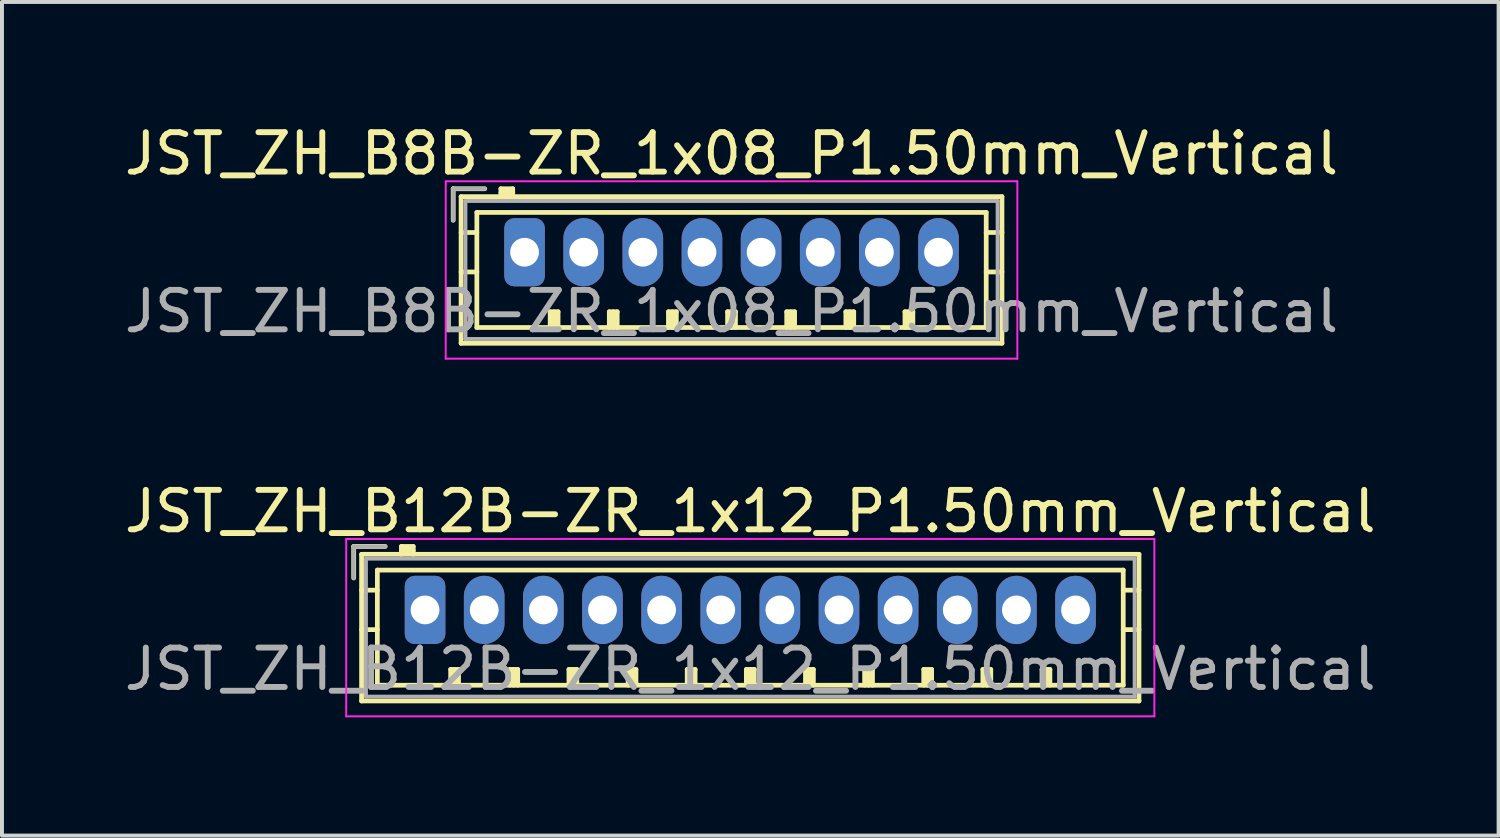
<source format=kicad_pcb>
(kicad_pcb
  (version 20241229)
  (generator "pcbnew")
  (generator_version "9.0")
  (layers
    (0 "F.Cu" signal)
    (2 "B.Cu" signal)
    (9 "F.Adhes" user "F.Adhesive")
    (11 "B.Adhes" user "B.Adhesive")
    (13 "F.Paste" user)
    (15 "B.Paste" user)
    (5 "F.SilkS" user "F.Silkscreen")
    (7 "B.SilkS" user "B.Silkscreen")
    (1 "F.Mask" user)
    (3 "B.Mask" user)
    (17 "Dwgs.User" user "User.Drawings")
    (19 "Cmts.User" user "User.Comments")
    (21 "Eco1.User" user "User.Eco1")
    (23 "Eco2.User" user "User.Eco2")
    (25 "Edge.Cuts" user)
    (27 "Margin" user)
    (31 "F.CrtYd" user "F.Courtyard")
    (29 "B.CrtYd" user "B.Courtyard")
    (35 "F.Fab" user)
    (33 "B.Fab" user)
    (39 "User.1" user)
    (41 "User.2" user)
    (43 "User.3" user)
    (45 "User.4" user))
  (footprint "JST_ZH_B8B-ZR_1x08_P1.50mm_Vertical"
    (layer "F.Cu")
    (at 10.256 3.348)
    (property "Reference" "JST_ZH_B8B-ZR_1x08_P1.50mm_Vertical" (at 5.25 -2.5 0) (layer "F.SilkS") (effects (font (size 1 1) (thickness 0.15))))
    (attr through_hole)
    (fp_line (start -1.81 -1.61) (end -1.81 -0.81) (stroke (width 0.12) (type solid)) (layer "F.SilkS"))
    (fp_line (start -1.61 -1.41) (end -1.61 2.31) (stroke (width 0.12) (type solid)) (layer "F.SilkS"))
    (fp_line (start -1.61 -0.5) (end -1.21 -0.5) (stroke (width 0.12) (type solid)) (layer "F.SilkS"))
    (fp_line (start -1.61 0.5) (end -1.21 0.5) (stroke (width 0.12) (type solid)) (layer "F.SilkS"))
    (fp_line (start -1.61 2.31) (end 12.11 2.31) (stroke (width 0.12) (type solid)) (layer "F.SilkS"))
    (fp_line (start -1.21 -1.01) (end -1.21 1.91) (stroke (width 0.12) (type solid)) (layer "F.SilkS"))
    (fp_line (start -1.21 1.91) (end 11.71 1.91) (stroke (width 0.12) (type solid)) (layer "F.SilkS"))
    (fp_line (start -1.01 -1.61) (end -1.81 -1.61) (stroke (width 0.12) (type solid)) (layer "F.SilkS"))
    (fp_line (start -0.6 -1.61) (end -0.6 -1.41) (stroke (width 0.12) (type solid)) (layer "F.SilkS"))
    (fp_line (start -0.3 -1.61) (end -0.6 -1.61) (stroke (width 0.12) (type solid)) (layer "F.SilkS"))
    (fp_line (start -0.3 -1.51) (end -0.6 -1.51) (stroke (width 0.12) (type solid)) (layer "F.SilkS"))
    (fp_line (start -0.3 -1.41) (end -0.3 -1.61) (stroke (width 0.12) (type solid)) (layer "F.SilkS"))
    (fp_line (start 0.65 1.51) (end 0.85 1.51) (stroke (width 0.12) (type solid)) (layer "F.SilkS"))
    (fp_line (start 0.65 1.91) (end 0.65 1.51) (stroke (width 0.12) (type solid)) (layer "F.SilkS"))
    (fp_line (start 0.75 1.91) (end 0.75 1.51) (stroke (width 0.12) (type solid)) (layer "F.SilkS"))
    (fp_line (start 0.85 1.51) (end 0.85 1.91) (stroke (width 0.12) (type solid)) (layer "F.SilkS"))
    (fp_line (start 2.15 1.51) (end 2.35 1.51) (stroke (width 0.12) (type solid)) (layer "F.SilkS"))
    (fp_line (start 2.15 1.91) (end 2.15 1.51) (stroke (width 0.12) (type solid)) (layer "F.SilkS"))
    (fp_line (start 2.25 1.91) (end 2.25 1.51) (stroke (width 0.12) (type solid)) (layer "F.SilkS"))
    (fp_line (start 2.35 1.51) (end 2.35 1.91) (stroke (width 0.12) (type solid)) (layer "F.SilkS"))
    (fp_line (start 3.65 1.51) (end 3.85 1.51) (stroke (width 0.12) (type solid)) (layer "F.SilkS"))
    (fp_line (start 3.65 1.91) (end 3.65 1.51) (stroke (width 0.12) (type solid)) (layer "F.SilkS"))
    (fp_line (start 3.75 1.91) (end 3.75 1.51) (stroke (width 0.12) (type solid)) (layer "F.SilkS"))
    (fp_line (start 3.85 1.51) (end 3.85 1.91) (stroke (width 0.12) (type solid)) (layer "F.SilkS"))
    (fp_line (start 5.15 1.51) (end 5.35 1.51) (stroke (width 0.12) (type solid)) (layer "F.SilkS"))
    (fp_line (start 5.15 1.91) (end 5.15 1.51) (stroke (width 0.12) (type solid)) (layer "F.SilkS"))
    (fp_line (start 5.25 1.91) (end 5.25 1.51) (stroke (width 0.12) (type solid)) (layer "F.SilkS"))
    (fp_line (start 5.35 1.51) (end 5.35 1.91) (stroke (width 0.12) (type solid)) (layer "F.SilkS"))
    (fp_line (start 6.65 1.51) (end 6.85 1.51) (stroke (width 0.12) (type solid)) (layer "F.SilkS"))
    (fp_line (start 6.65 1.91) (end 6.65 1.51) (stroke (width 0.12) (type solid)) (layer "F.SilkS"))
    (fp_line (start 6.75 1.91) (end 6.75 1.51) (stroke (width 0.12) (type solid)) (layer "F.SilkS"))
    (fp_line (start 6.85 1.51) (end 6.85 1.91) (stroke (width 0.12) (type solid)) (layer "F.SilkS"))
    (fp_line (start 8.15 1.51) (end 8.35 1.51) (stroke (width 0.12) (type solid)) (layer "F.SilkS"))
    (fp_line (start 8.15 1.91) (end 8.15 1.51) (stroke (width 0.12) (type solid)) (layer "F.SilkS"))
    (fp_line (start 8.25 1.91) (end 8.25 1.51) (stroke (width 0.12) (type solid)) (layer "F.SilkS"))
    (fp_line (start 8.35 1.51) (end 8.35 1.91) (stroke (width 0.12) (type solid)) (layer "F.SilkS"))
    (fp_line (start 9.65 1.51) (end 9.85 1.51) (stroke (width 0.12) (type solid)) (layer "F.SilkS"))
    (fp_line (start 9.65 1.91) (end 9.65 1.51) (stroke (width 0.12) (type solid)) (layer "F.SilkS"))
    (fp_line (start 9.75 1.91) (end 9.75 1.51) (stroke (width 0.12) (type solid)) (layer "F.SilkS"))
    (fp_line (start 9.85 1.51) (end 9.85 1.91) (stroke (width 0.12) (type solid)) (layer "F.SilkS"))
    (fp_line (start 11.71 -1.01) (end -1.21 -1.01) (stroke (width 0.12) (type solid)) (layer "F.SilkS"))
    (fp_line (start 11.71 1.91) (end 11.71 -1.01) (stroke (width 0.12) (type solid)) (layer "F.SilkS"))
    (fp_line (start 12.11 -1.41) (end -1.61 -1.41) (stroke (width 0.12) (type solid)) (layer "F.SilkS"))
    (fp_line (start 12.11 -0.5) (end 11.71 -0.5) (stroke (width 0.12) (type solid)) (layer "F.SilkS"))
    (fp_line (start 12.11 0.5) (end 11.71 0.5) (stroke (width 0.12) (type solid)) (layer "F.SilkS"))
    (fp_line (start 12.11 2.31) (end 12.11 -1.41) (stroke (width 0.12) (type solid)) (layer "F.SilkS"))
    (fp_line (start -2 -1.8) (end -2 2.7) (stroke (width 0.05) (type solid)) (layer "F.CrtYd"))
    (fp_line (start -2 2.7) (end 12.5 2.7) (stroke (width 0.05) (type solid)) (layer "F.CrtYd"))
    (fp_line (start 12.5 -1.8) (end -2 -1.8) (stroke (width 0.05) (type solid)) (layer "F.CrtYd"))
    (fp_line (start 12.5 2.7) (end 12.5 -1.8) (stroke (width 0.05) (type solid)) (layer "F.CrtYd"))
    (fp_line (start -1.81 -1.61) (end -1.81 -0.81) (stroke (width 0.1) (type solid)) (layer "F.Fab"))
    (fp_line (start -1.5 -1.3) (end -1.5 2.2) (stroke (width 0.1) (type solid)) (layer "F.Fab"))
    (fp_line (start -1.5 2.2) (end 12 2.2) (stroke (width 0.1) (type solid)) (layer "F.Fab"))
    (fp_line (start -1.01 -1.61) (end -1.81 -1.61) (stroke (width 0.1) (type solid)) (layer "F.Fab"))
    (fp_line (start 12 -1.3) (end -1.5 -1.3) (stroke (width 0.1) (type solid)) (layer "F.Fab"))
    (fp_line (start 12 2.2) (end 12 -1.3) (stroke (width 0.1) (type solid)) (layer "F.Fab"))
    (fp_text user "${REFERENCE}" (at 5.25 1.5 0) (layer "F.Fab") (effects (font (size 1 1) (thickness 0.15))))
    (pad "1" thru_hole roundrect (at 0 0) (size 1.03 1.73) (drill 0.73) (layers "*.Cu" "*.Mask") (roundrect_rratio 0.243))
    (pad "2" thru_hole oval (at 1.5 0) (size 1.03 1.73) (drill 0.73) (layers "*.Cu" "*.Mask"))
    (pad "3" thru_hole oval (at 3 0) (size 1.03 1.73) (drill 0.73) (layers "*.Cu" "*.Mask"))
    (pad "4" thru_hole oval (at 4.5 0) (size 1.03 1.73) (drill 0.73) (layers "*.Cu" "*.Mask"))
    (pad "5" thru_hole oval (at 6 0) (size 1.03 1.73) (drill 0.73) (layers "*.Cu" "*.Mask"))
    (pad "6" thru_hole oval (at 7.5 0) (size 1.03 1.73) (drill 0.73) (layers "*.Cu" "*.Mask"))
    (pad "7" thru_hole oval (at 9 0) (size 1.03 1.73) (drill 0.73) (layers "*.Cu" "*.Mask"))
    (pad "8" thru_hole oval (at 10.5 0) (size 1.03 1.73) (drill 0.73) (layers "*.Cu" "*.Mask")))
  (footprint "JST_ZH_B12B-ZR_1x12_P1.50mm_Vertical"
    (layer "F.Cu")
    (at 7.732 12.421)
    (property "Reference" "JST_ZH_B12B-ZR_1x12_P1.50mm_Vertical" (at 8.25 -2.5 0) (layer "F.SilkS") (effects (font (size 1 1) (thickness 0.15))))
    (attr through_hole)
    (fp_line (start -1.81 -1.61) (end -1.81 -0.81) (stroke (width 0.12) (type solid)) (layer "F.SilkS"))
    (fp_line (start -1.61 -1.41) (end -1.61 2.31) (stroke (width 0.12) (type solid)) (layer "F.SilkS"))
    (fp_line (start -1.61 -0.5) (end -1.21 -0.5) (stroke (width 0.12) (type solid)) (layer "F.SilkS"))
    (fp_line (start -1.61 0.5) (end -1.21 0.5) (stroke (width 0.12) (type solid)) (layer "F.SilkS"))
    (fp_line (start -1.61 2.31) (end 18.11 2.31) (stroke (width 0.12) (type solid)) (layer "F.SilkS"))
    (fp_line (start -1.21 -1.01) (end -1.21 1.91) (stroke (width 0.12) (type solid)) (layer "F.SilkS"))
    (fp_line (start -1.21 1.91) (end 17.71 1.91) (stroke (width 0.12) (type solid)) (layer "F.SilkS"))
    (fp_line (start -1.01 -1.61) (end -1.81 -1.61) (stroke (width 0.12) (type solid)) (layer "F.SilkS"))
    (fp_line (start -0.6 -1.61) (end -0.6 -1.41) (stroke (width 0.12) (type solid)) (layer "F.SilkS"))
    (fp_line (start -0.3 -1.61) (end -0.6 -1.61) (stroke (width 0.12) (type solid)) (layer "F.SilkS"))
    (fp_line (start -0.3 -1.51) (end -0.6 -1.51) (stroke (width 0.12) (type solid)) (layer "F.SilkS"))
    (fp_line (start -0.3 -1.41) (end -0.3 -1.61) (stroke (width 0.12) (type solid)) (layer "F.SilkS"))
    (fp_line (start 0.65 1.51) (end 0.85 1.51) (stroke (width 0.12) (type solid)) (layer "F.SilkS"))
    (fp_line (start 0.65 1.91) (end 0.65 1.51) (stroke (width 0.12) (type solid)) (layer "F.SilkS"))
    (fp_line (start 0.75 1.91) (end 0.75 1.51) (stroke (width 0.12) (type solid)) (layer "F.SilkS"))
    (fp_line (start 0.85 1.51) (end 0.85 1.91) (stroke (width 0.12) (type solid)) (layer "F.SilkS"))
    (fp_line (start 2.15 1.51) (end 2.35 1.51) (stroke (width 0.12) (type solid)) (layer "F.SilkS"))
    (fp_line (start 2.15 1.91) (end 2.15 1.51) (stroke (width 0.12) (type solid)) (layer "F.SilkS"))
    (fp_line (start 2.25 1.91) (end 2.25 1.51) (stroke (width 0.12) (type solid)) (layer "F.SilkS"))
    (fp_line (start 2.35 1.51) (end 2.35 1.91) (stroke (width 0.12) (type solid)) (layer "F.SilkS"))
    (fp_line (start 3.65 1.51) (end 3.85 1.51) (stroke (width 0.12) (type solid)) (layer "F.SilkS"))
    (fp_line (start 3.65 1.91) (end 3.65 1.51) (stroke (width 0.12) (type solid)) (layer "F.SilkS"))
    (fp_line (start 3.75 1.91) (end 3.75 1.51) (stroke (width 0.12) (type solid)) (layer "F.SilkS"))
    (fp_line (start 3.85 1.51) (end 3.85 1.91) (stroke (width 0.12) (type solid)) (layer "F.SilkS"))
    (fp_line (start 5.15 1.51) (end 5.35 1.51) (stroke (width 0.12) (type solid)) (layer "F.SilkS"))
    (fp_line (start 5.15 1.91) (end 5.15 1.51) (stroke (width 0.12) (type solid)) (layer "F.SilkS"))
    (fp_line (start 5.25 1.91) (end 5.25 1.51) (stroke (width 0.12) (type solid)) (layer "F.SilkS"))
    (fp_line (start 5.35 1.51) (end 5.35 1.91) (stroke (width 0.12) (type solid)) (layer "F.SilkS"))
    (fp_line (start 6.65 1.51) (end 6.85 1.51) (stroke (width 0.12) (type solid)) (layer "F.SilkS"))
    (fp_line (start 6.65 1.91) (end 6.65 1.51) (stroke (width 0.12) (type solid)) (layer "F.SilkS"))
    (fp_line (start 6.75 1.91) (end 6.75 1.51) (stroke (width 0.12) (type solid)) (layer "F.SilkS"))
    (fp_line (start 6.85 1.51) (end 6.85 1.91) (stroke (width 0.12) (type solid)) (layer "F.SilkS"))
    (fp_line (start 8.15 1.51) (end 8.35 1.51) (stroke (width 0.12) (type solid)) (layer "F.SilkS"))
    (fp_line (start 8.15 1.91) (end 8.15 1.51) (stroke (width 0.12) (type solid)) (layer "F.SilkS"))
    (fp_line (start 8.25 1.91) (end 8.25 1.51) (stroke (width 0.12) (type solid)) (layer "F.SilkS"))
    (fp_line (start 8.35 1.51) (end 8.35 1.91) (stroke (width 0.12) (type solid)) (layer "F.SilkS"))
    (fp_line (start 9.65 1.51) (end 9.85 1.51) (stroke (width 0.12) (type solid)) (layer "F.SilkS"))
    (fp_line (start 9.65 1.91) (end 9.65 1.51) (stroke (width 0.12) (type solid)) (layer "F.SilkS"))
    (fp_line (start 9.75 1.91) (end 9.75 1.51) (stroke (width 0.12) (type solid)) (layer "F.SilkS"))
    (fp_line (start 9.85 1.51) (end 9.85 1.91) (stroke (width 0.12) (type solid)) (layer "F.SilkS"))
    (fp_line (start 11.15 1.51) (end 11.35 1.51) (stroke (width 0.12) (type solid)) (layer "F.SilkS"))
    (fp_line (start 11.15 1.91) (end 11.15 1.51) (stroke (width 0.12) (type solid)) (layer "F.SilkS"))
    (fp_line (start 11.25 1.91) (end 11.25 1.51) (stroke (width 0.12) (type solid)) (layer "F.SilkS"))
    (fp_line (start 11.35 1.51) (end 11.35 1.91) (stroke (width 0.12) (type solid)) (layer "F.SilkS"))
    (fp_line (start 12.65 1.51) (end 12.85 1.51) (stroke (width 0.12) (type solid)) (layer "F.SilkS"))
    (fp_line (start 12.65 1.91) (end 12.65 1.51) (stroke (width 0.12) (type solid)) (layer "F.SilkS"))
    (fp_line (start 12.75 1.91) (end 12.75 1.51) (stroke (width 0.12) (type solid)) (layer "F.SilkS"))
    (fp_line (start 12.85 1.51) (end 12.85 1.91) (stroke (width 0.12) (type solid)) (layer "F.SilkS"))
    (fp_line (start 14.15 1.51) (end 14.35 1.51) (stroke (width 0.12) (type solid)) (layer "F.SilkS"))
    (fp_line (start 14.15 1.91) (end 14.15 1.51) (stroke (width 0.12) (type solid)) (layer "F.SilkS"))
    (fp_line (start 14.25 1.91) (end 14.25 1.51) (stroke (width 0.12) (type solid)) (layer "F.SilkS"))
    (fp_line (start 14.35 1.51) (end 14.35 1.91) (stroke (width 0.12) (type solid)) (layer "F.SilkS"))
    (fp_line (start 15.65 1.51) (end 15.85 1.51) (stroke (width 0.12) (type solid)) (layer "F.SilkS"))
    (fp_line (start 15.65 1.91) (end 15.65 1.51) (stroke (width 0.12) (type solid)) (layer "F.SilkS"))
    (fp_line (start 15.75 1.91) (end 15.75 1.51) (stroke (width 0.12) (type solid)) (layer "F.SilkS"))
    (fp_line (start 15.85 1.51) (end 15.85 1.91) (stroke (width 0.12) (type solid)) (layer "F.SilkS"))
    (fp_line (start 17.71 -1.01) (end -1.21 -1.01) (stroke (width 0.12) (type solid)) (layer "F.SilkS"))
    (fp_line (start 17.71 1.91) (end 17.71 -1.01) (stroke (width 0.12) (type solid)) (layer "F.SilkS"))
    (fp_line (start 18.11 -1.41) (end -1.61 -1.41) (stroke (width 0.12) (type solid)) (layer "F.SilkS"))
    (fp_line (start 18.11 -0.5) (end 17.71 -0.5) (stroke (width 0.12) (type solid)) (layer "F.SilkS"))
    (fp_line (start 18.11 0.5) (end 17.71 0.5) (stroke (width 0.12) (type solid)) (layer "F.SilkS"))
    (fp_line (start 18.11 2.31) (end 18.11 -1.41) (stroke (width 0.12) (type solid)) (layer "F.SilkS"))
    (fp_line (start -2 -1.8) (end -2 2.7) (stroke (width 0.05) (type solid)) (layer "F.CrtYd"))
    (fp_line (start -2 2.7) (end 18.5 2.7) (stroke (width 0.05) (type solid)) (layer "F.CrtYd"))
    (fp_line (start 18.5 -1.8) (end -2 -1.8) (stroke (width 0.05) (type solid)) (layer "F.CrtYd"))
    (fp_line (start 18.5 2.7) (end 18.5 -1.8) (stroke (width 0.05) (type solid)) (layer "F.CrtYd"))
    (fp_line (start -1.81 -1.61) (end -1.81 -0.81) (stroke (width 0.1) (type solid)) (layer "F.Fab"))
    (fp_line (start -1.5 -1.3) (end -1.5 2.2) (stroke (width 0.1) (type solid)) (layer "F.Fab"))
    (fp_line (start -1.5 2.2) (end 18 2.2) (stroke (width 0.1) (type solid)) (layer "F.Fab"))
    (fp_line (start -1.01 -1.61) (end -1.81 -1.61) (stroke (width 0.1) (type solid)) (layer "F.Fab"))
    (fp_line (start 18 -1.3) (end -1.5 -1.3) (stroke (width 0.1) (type solid)) (layer "F.Fab"))
    (fp_line (start 18 2.2) (end 18 -1.3) (stroke (width 0.1) (type solid)) (layer "F.Fab"))
    (fp_text user "${REFERENCE}" (at 8.25 1.5 0) (layer "F.Fab") (effects (font (size 1 1) (thickness 0.15))))
    (pad "1" thru_hole roundrect (at 0 0) (size 1.03 1.73) (drill 0.73) (layers "*.Cu" "*.Mask") (roundrect_rratio 0.243))
    (pad "2" thru_hole oval (at 1.5 0) (size 1.03 1.73) (drill 0.73) (layers "*.Cu" "*.Mask"))
    (pad "3" thru_hole oval (at 3 0) (size 1.03 1.73) (drill 0.73) (layers "*.Cu" "*.Mask"))
    (pad "4" thru_hole oval (at 4.5 0) (size 1.03 1.73) (drill 0.73) (layers "*.Cu" "*.Mask"))
    (pad "5" thru_hole oval (at 6 0) (size 1.03 1.73) (drill 0.73) (layers "*.Cu" "*.Mask"))
    (pad "6" thru_hole oval (at 7.5 0) (size 1.03 1.73) (drill 0.73) (layers "*.Cu" "*.Mask"))
    (pad "7" thru_hole oval (at 9 0) (size 1.03 1.73) (drill 0.73) (layers "*.Cu" "*.Mask"))
    (pad "8" thru_hole oval (at 10.5 0) (size 1.03 1.73) (drill 0.73) (layers "*.Cu" "*.Mask"))
    (pad "9" thru_hole oval (at 12 0) (size 1.03 1.73) (drill 0.73) (layers "*.Cu" "*.Mask"))
    (pad "10" thru_hole oval (at 13.5 0) (size 1.03 1.73) (drill 0.73) (layers "*.Cu" "*.Mask"))
    (pad "11" thru_hole oval (at 15 0) (size 1.03 1.73) (drill 0.73) (layers "*.Cu" "*.Mask"))
    (pad "12" thru_hole oval (at 16.5 0) (size 1.03 1.73) (drill 0.73) (layers "*.Cu" "*.Mask")))
  (gr_rect
    (start -3 -3)
    (end 34.964 18.146)
    (stroke (width 0.1) (type default))
    (fill no)
    (layer "Edge.Cuts")))
</source>
